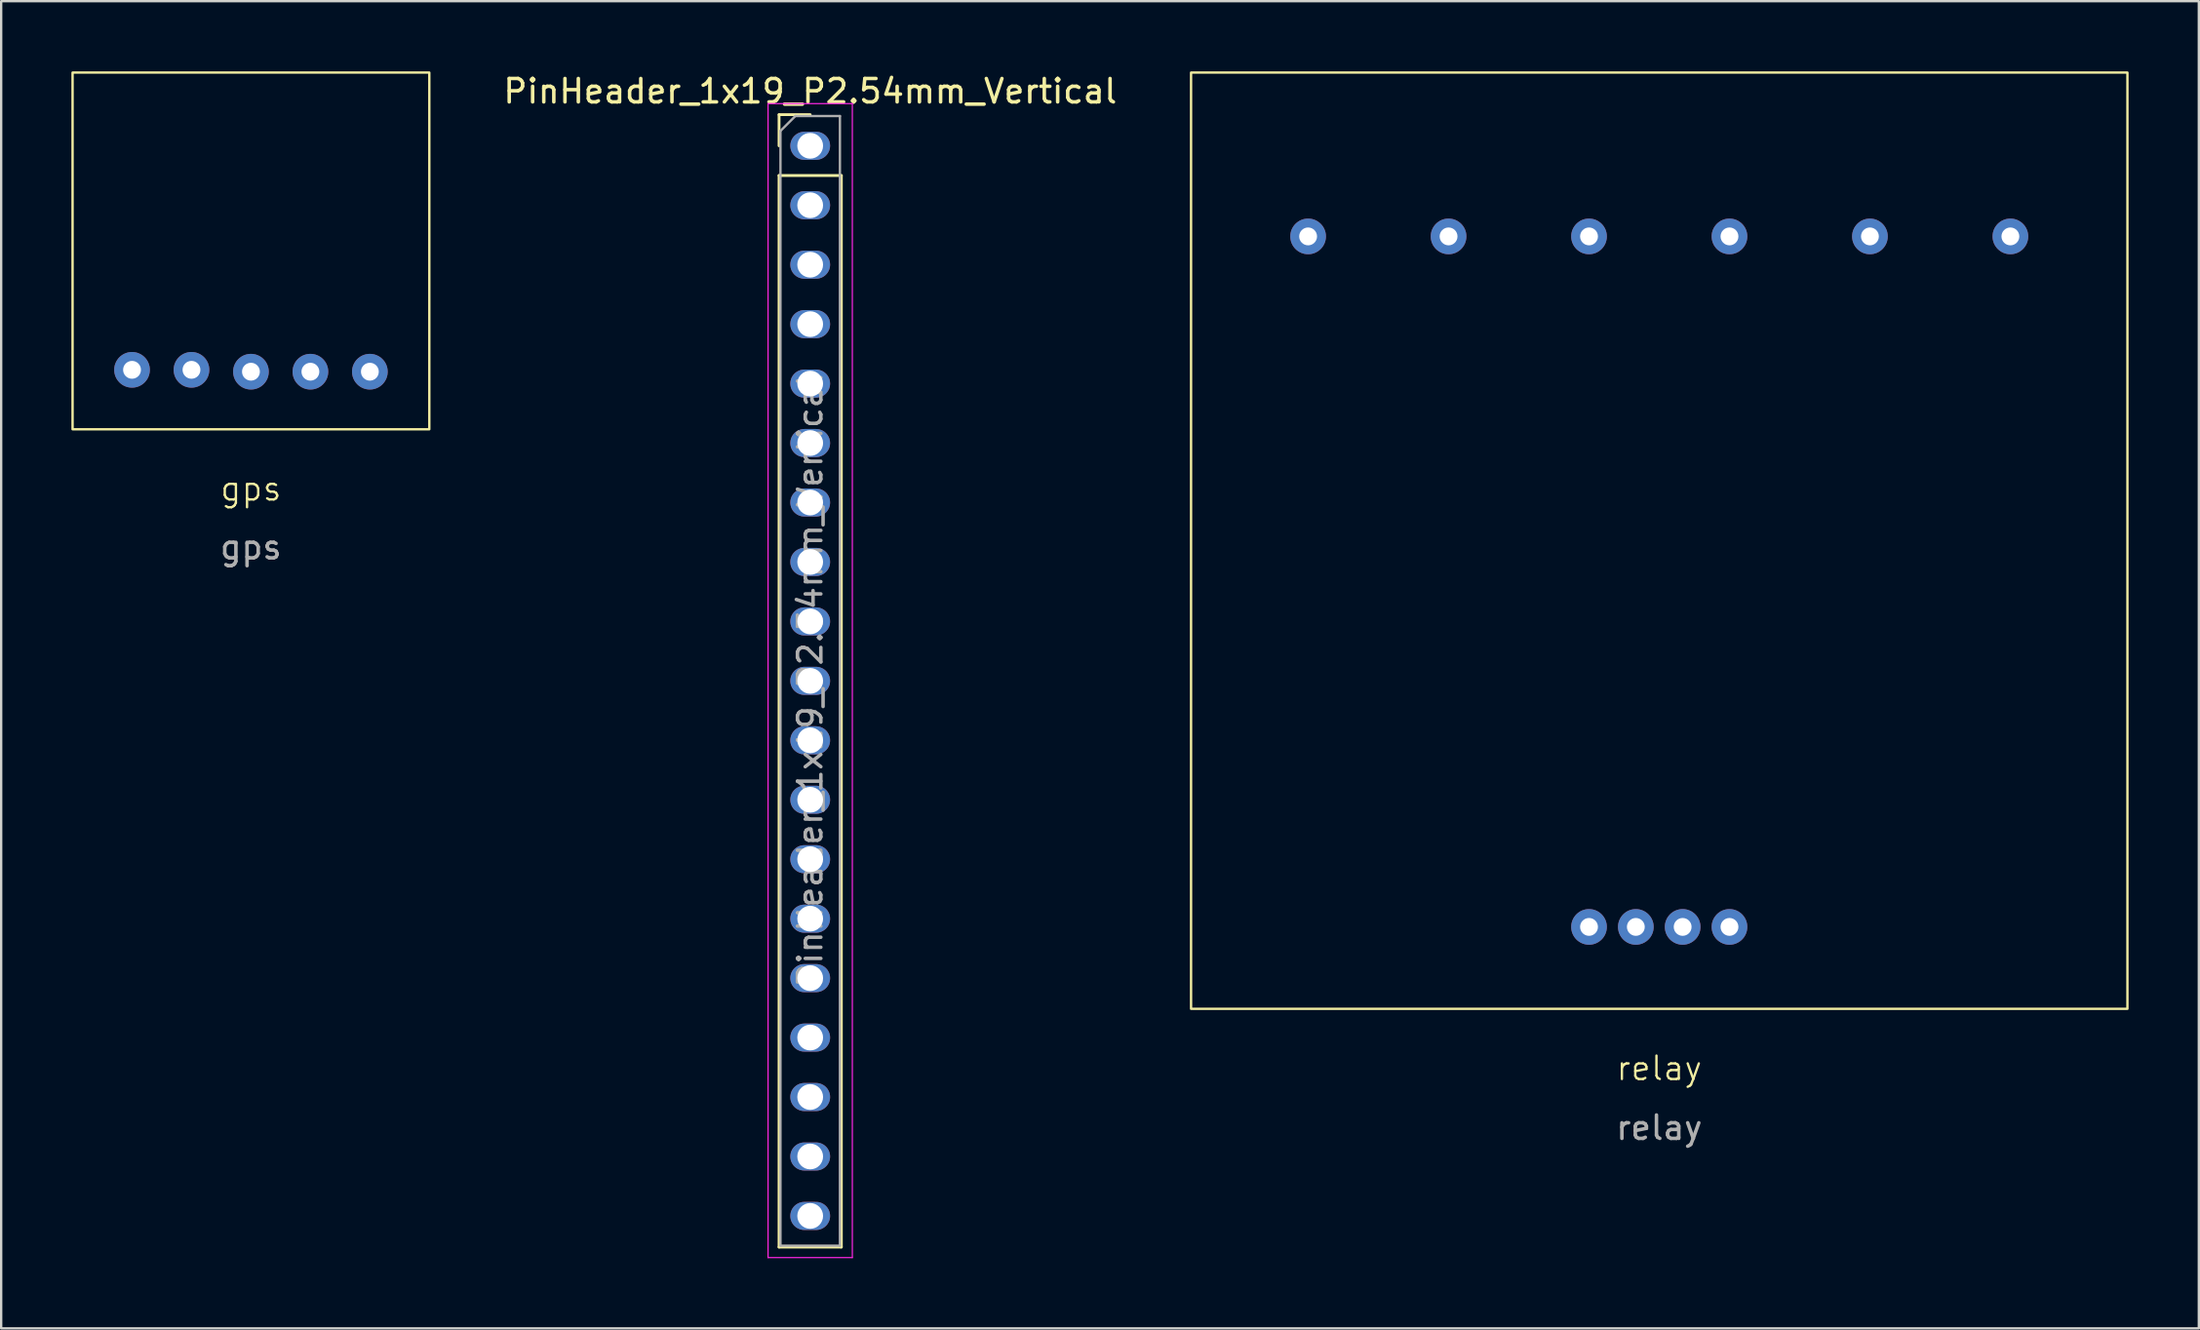
<source format=kicad_pcb>
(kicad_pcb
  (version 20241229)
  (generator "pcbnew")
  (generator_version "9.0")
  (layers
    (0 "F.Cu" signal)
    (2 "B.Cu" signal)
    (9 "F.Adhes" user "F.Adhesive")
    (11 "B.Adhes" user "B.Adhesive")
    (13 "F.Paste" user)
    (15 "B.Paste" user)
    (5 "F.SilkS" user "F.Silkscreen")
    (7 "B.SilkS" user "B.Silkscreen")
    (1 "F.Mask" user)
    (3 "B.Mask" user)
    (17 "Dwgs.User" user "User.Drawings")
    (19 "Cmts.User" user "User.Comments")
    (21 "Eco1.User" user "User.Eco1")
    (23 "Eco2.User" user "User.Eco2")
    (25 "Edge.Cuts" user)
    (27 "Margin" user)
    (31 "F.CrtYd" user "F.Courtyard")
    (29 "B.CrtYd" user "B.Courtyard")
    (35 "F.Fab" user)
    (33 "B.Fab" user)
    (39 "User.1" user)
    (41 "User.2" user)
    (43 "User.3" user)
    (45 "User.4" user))
  (footprint "relay"
    (layer "F.Cu")
    (at 67.83 40.05)
    (property "Reference" "relay" (at 0 2.54 0) (unlocked yes) (layer "F.SilkS") (effects (font (size 1 1) (thickness 0.1))))
    (fp_rect (start -20 -40) (end 20 0) (stroke (width 0.1) (type default)) (fill no) (layer "F.SilkS"))
    (fp_text user "${REFERENCE}" (at 0 5.08 0) (unlocked yes) (layer "F.Fab") (effects (font (size 1 1) (thickness 0.15))))
    (pad "1" thru_hole circle (at -3 -3.5) (size 1.524 1.524) (drill 0.762) (layers "*.Cu" "*.Mask"))
    (pad "2" thru_hole circle (at -1 -3.5) (size 1.524 1.524) (drill 0.762) (layers "*.Cu" "*.Mask" "Eco2.User"))
    (pad "3" thru_hole circle (at 1 -3.5) (size 1.524 1.524) (drill 0.762) (layers "*.Cu" "*.Mask"))
    (pad "4" thru_hole circle (at 3 -3.5) (size 1.524 1.524) (drill 0.762) (layers "*.Cu" "*.Mask"))
    (pad "5" thru_hole circle (at -15 -33) (size 1.524 1.524) (drill 0.762) (layers "*.Cu" "*.Mask"))
    (pad "6" thru_hole circle (at -9 -33) (size 1.524 1.524) (drill 0.762) (layers "*.Cu" "*.Mask"))
    (pad "7" thru_hole circle (at -3 -33) (size 1.524 1.524) (drill 0.762) (layers "*.Cu" "*.Mask"))
    (pad "8" thru_hole circle (at 3 -33) (size 1.524 1.524) (drill 0.762) (layers "*.Cu" "*.Mask"))
    (pad "9" thru_hole circle (at 9 -33) (size 1.524 1.524) (drill 0.762) (layers "*.Cu" "*.Mask"))
    (pad "10" thru_hole circle (at 15 -33) (size 1.524 1.524) (drill 0.762) (layers "*.Cu" "*.Mask")))
  (footprint "gps"
    (layer "F.Cu")
    (at 7.67 17.83)
    (property "Reference" "gps" (at 0 0 0) (unlocked yes) (layer "F.SilkS") (effects (font (size 1 1) (thickness 0.1))))
    (fp_rect (start -7.62 -17.78) (end 7.62 -2.54) (stroke (width 0.1) (type default)) (fill no) (layer "F.SilkS"))
    (fp_text user "${REFERENCE}" (at 0 2.5 0) (unlocked yes) (layer "F.Fab") (effects (font (size 1 1) (thickness 0.15))))
    (pad "1" thru_hole circle (at -5.08 -5.08) (size 1.524 1.524) (drill 0.762) (layers "*.Cu" "*.Mask"))
    (pad "2" thru_hole circle (at -2.54 -5.08) (size 1.524 1.524) (drill 0.762) (layers "*.Cu" "*.Mask"))
    (pad "3" thru_hole circle (at 0 -5) (size 1.524 1.524) (drill 0.762) (layers "*.Cu" "*.Mask"))
    (pad "4" thru_hole circle (at 2.54 -5) (size 1.524 1.524) (drill 0.762) (layers "*.Cu" "*.Mask"))
    (pad "5" thru_hole circle (at 5.08 -5) (size 1.524 1.524) (drill 0.762) (layers "*.Cu" "*.Mask")))
  (footprint "PinHeader_1x19_P2.54mm_Vertical"
    (layer "F.Cu")
    (at 31.56 3.178)
    (property "Reference" "PinHeader_1x19_P2.54mm_Vertical" (at 0 -2.33 0) (layer "F.SilkS") (effects (font (size 1 1) (thickness 0.15))))
    (attr through_hole)
    (fp_line (start -1.33 -1.33) (end 0 -1.33) (stroke (width 0.12) (type solid)) (layer "F.SilkS"))
    (fp_line (start -1.33 0) (end -1.33 -1.33) (stroke (width 0.12) (type solid)) (layer "F.SilkS"))
    (fp_line (start -1.33 1.27) (end -1.33 47.05) (stroke (width 0.12) (type solid)) (layer "F.SilkS"))
    (fp_line (start -1.33 1.27) (end 1.33 1.27) (stroke (width 0.12) (type solid)) (layer "F.SilkS"))
    (fp_line (start -1.33 47.05) (end 1.33 47.05) (stroke (width 0.12) (type solid)) (layer "F.SilkS"))
    (fp_line (start 1.33 1.27) (end 1.33 47.05) (stroke (width 0.12) (type solid)) (layer "F.SilkS"))
    (fp_line (start -1.8 -1.8) (end -1.8 47.5) (stroke (width 0.05) (type solid)) (layer "F.CrtYd"))
    (fp_line (start -1.8 47.5) (end 1.8 47.5) (stroke (width 0.05) (type solid)) (layer "F.CrtYd"))
    (fp_line (start 1.8 -1.8) (end -1.8 -1.8) (stroke (width 0.05) (type solid)) (layer "F.CrtYd"))
    (fp_line (start 1.8 47.5) (end 1.8 -1.8) (stroke (width 0.05) (type solid)) (layer "F.CrtYd"))
    (fp_line (start -1.27 -0.635) (end -0.635 -1.27) (stroke (width 0.1) (type solid)) (layer "F.Fab"))
    (fp_line (start -1.27 46.99) (end -1.27 -0.635) (stroke (width 0.1) (type solid)) (layer "F.Fab"))
    (fp_line (start -0.635 -1.27) (end 1.27 -1.27) (stroke (width 0.1) (type solid)) (layer "F.Fab"))
    (fp_line (start 1.27 -1.27) (end 1.27 46.99) (stroke (width 0.1) (type solid)) (layer "F.Fab"))
    (fp_line (start 1.27 46.99) (end -1.27 46.99) (stroke (width 0.1) (type solid)) (layer "F.Fab"))
    (fp_text user "${REFERENCE}" (at 0 22.86 90) (layer "F.Fab") (effects (font (size 1 1) (thickness 0.15))))
    (pad "1" thru_hole oval (at 0 0) (size 1.7 1.2) (drill 1.1) (layers "*.Cu" "*.Mask"))
    (pad "2" thru_hole oval (at 0 2.54) (size 1.7 1.2) (drill 1.1) (layers "*.Cu" "*.Mask"))
    (pad "3" thru_hole oval (at 0 5.08) (size 1.7 1.2) (drill 1.1) (layers "*.Cu" "*.Mask"))
    (pad "4" thru_hole oval (at 0 7.62) (size 1.7 1.2) (drill 1.1) (layers "*.Cu" "*.Mask"))
    (pad "5" thru_hole oval (at 0 10.16) (size 1.7 1.2) (drill 1.1) (layers "*.Cu" "*.Mask"))
    (pad "6" thru_hole oval (at 0 12.7) (size 1.7 1.2) (drill 1.1) (layers "*.Cu" "*.Mask"))
    (pad "7" thru_hole oval (at 0 15.24) (size 1.7 1.2) (drill 1.1) (layers "*.Cu" "*.Mask"))
    (pad "8" thru_hole oval (at 0 17.78) (size 1.7 1.2) (drill 1.1) (layers "*.Cu" "*.Mask"))
    (pad "9" thru_hole oval (at 0 20.32) (size 1.7 1.2) (drill 1.1) (layers "*.Cu" "*.Mask"))
    (pad "10" thru_hole oval (at 0 22.86) (size 1.7 1.2) (drill 1.1) (layers "*.Cu" "*.Mask"))
    (pad "11" thru_hole oval (at 0 25.4) (size 1.7 1.2) (drill 1.1) (layers "*.Cu" "*.Mask"))
    (pad "12" thru_hole oval (at 0 27.94) (size 1.7 1.2) (drill 1.1) (layers "*.Cu" "*.Mask"))
    (pad "13" thru_hole oval (at 0 30.48) (size 1.7 1.2) (drill 1.1) (layers "*.Cu" "*.Mask"))
    (pad "14" thru_hole oval (at 0 33.02) (size 1.7 1.2) (drill 1.1) (layers "*.Cu" "*.Mask"))
    (pad "15" thru_hole oval (at 0 35.56) (size 1.7 1.2) (drill 1.1) (layers "*.Cu" "*.Mask"))
    (pad "16" thru_hole oval (at 0 38.1) (size 1.7 1.2) (drill 1.1) (layers "*.Cu" "*.Mask"))
    (pad "17" thru_hole oval (at 0 40.64) (size 1.7 1.2) (drill 1.1) (layers "*.Cu" "*.Mask"))
    (pad "18" thru_hole oval (at 0 43.18) (size 1.7 1.2) (drill 1.1) (layers "*.Cu" "*.Mask"))
    (pad "19" thru_hole oval (at 0 45.72) (size 1.7 1.2) (drill 1.1) (layers "*.Cu" "*.Mask")))
  (gr_rect
    (start -3 -3)
    (end 90.88 53.703)
    (stroke (width 0.1) (type default))
    (fill no)
    (layer "Edge.Cuts")))
</source>
